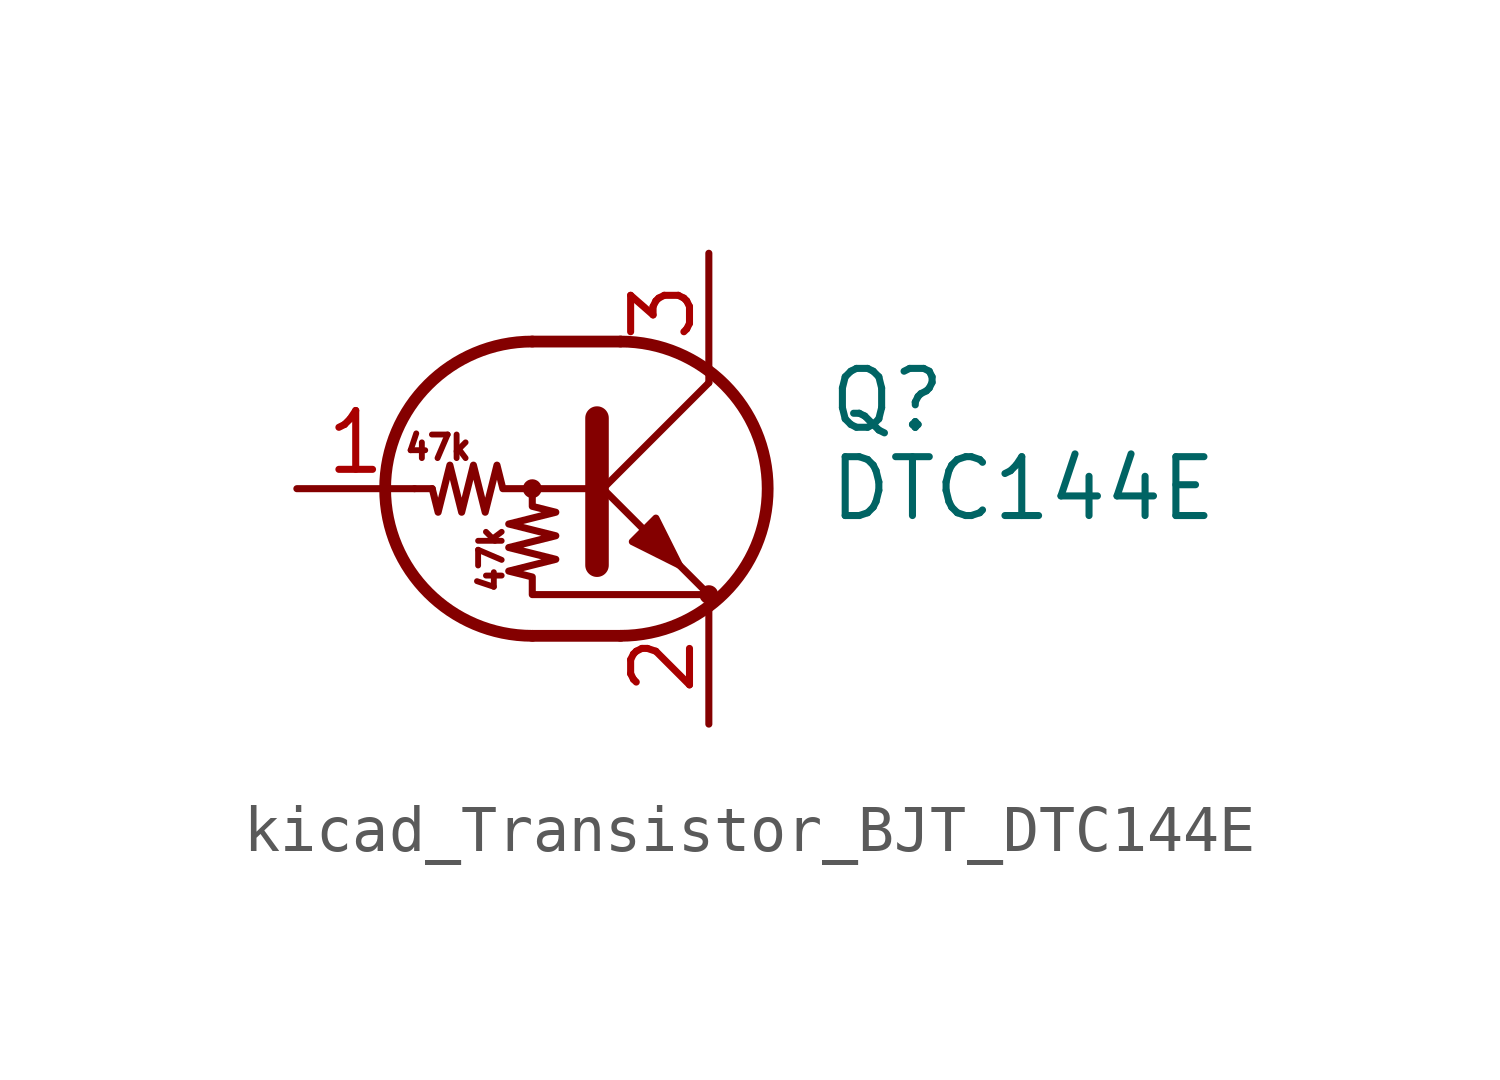
<source format=kicad_sym>
(kicad_symbol_lib
  (version 20220914)
  (generator kicad_symbol_editor)
  (symbol "kicad_Transistor_BJT_DTC144E"
    (pin_names
      (offset 0) hide)
    (property "Reference" "Q"
      (at 5.08 1.905 0)
      (effects (font (size 1.27 1.27)) (justify left)))
    (property "Value" "DTC144E"
      (at 5.08 0 0)
      (effects (font (size 1.27 1.27)) (justify left)))
    (symbol "kicad_Transistor_BJT_DTC144E_0_0"
      (text "47k" (at -3.302 0.889 0) (effects (font (size 0.508 0.508))))
      (text "47k" (at -2.159 -1.524 900) (effects (font (size 0.508 0.508)))))
    (symbol "kicad_Transistor_BJT_DTC144E_0_1"
      (circle (center -1.27 0) (radius 0.127) (stroke (width 0) (type default)) (fill (type none)))
      (arc (start -1.27 3.175) (mid -4.4312 0) (end -1.27 -3.175) (stroke (width 0.254) (type default)) (fill (type none)))
      (polyline (pts (xy -3.429 0) (xy -3.81 0)) (stroke (width 0) (type default)) (fill (type none)))
      (polyline (pts (xy -1.27 -3.175) (xy 0.635 -3.175)) (stroke (width 0.254) (type default)) (fill (type none)))
      (polyline (pts (xy -1.27 3.175) (xy 0.635 3.175)) (stroke (width 0.254) (type default)) (fill (type none)))
      (polyline (pts (xy 0 -0.254) (xy 2.54 2.286)) (stroke (width 0) (type default)) (fill (type none)))
      (polyline (pts (xy 0.127 1.524) (xy 0.127 -1.651)) (stroke (width 0.508) (type default)) (fill (type outline)))
      (polyline (pts (xy 2.54 2.286) (xy 2.54 2.54)) (stroke (width 0) (type default)) (fill (type none)))
      (polyline (pts (xy 2.54 -2.286) (xy 0 0.254) (xy 0 0.254)) (stroke (width 0) (type default)) (fill (type none)))
      (polyline (pts (xy 0.889 -1.143) (xy 1.397 -0.635) (xy 1.905 -1.651) (xy 0.889 -1.143)) (stroke (width 0) (type default)) (fill (type outline)))
      (polyline (pts (xy 0 0) (xy -1.905 0) (xy -2.032 0.508) (xy -2.286 -0.508) (xy -2.54 0.508) (xy -2.794 -0.508) (xy -3.048 0.508) (xy -3.302 -0.508) (xy -3.429 0)) (stroke (width 0) (type default)) (fill (type none)))
      (polyline (pts (xy -1.27 0) (xy -1.27 -0.381) (xy -0.762 -0.508) (xy -1.778 -0.762) (xy -0.762 -1.016) (xy -1.778 -1.27) (xy -0.762 -1.524) (xy -1.778 -1.778) (xy -1.27 -1.905) (xy -1.27 -2.286) (xy 2.54 -2.286)) (stroke (width 0) (type default)) (fill (type none)))
      (arc (start 0.635 -3.175) (mid 3.7962 0) (end 0.635 3.175) (stroke (width 0.254) (type default)) (fill (type none)))
      (circle (center 2.54 -2.286) (radius 0.127) (stroke (width 0) (type default)) (fill (type none))))
    (symbol "kicad_Transistor_BJT_DTC144E_1_1"
      (pin input line (at -6.35 0 0) (length 2.54) (name "B" (effects (font (size 1.27 1.27)))) (number "1" (effects (font (size 1.27 1.27)))))
      (pin passive line (at 2.54 -5.08 90) (length 2.54) (name "E" (effects (font (size 1.27 1.27)))) (number "2" (effects (font (size 1.27 1.27)))))
      (pin passive line (at 2.54 5.08 270) (length 2.54) (name "C" (effects (font (size 1.27 1.27)))) (number "3" (effects (font (size 1.27 1.27))))))))
</source>
